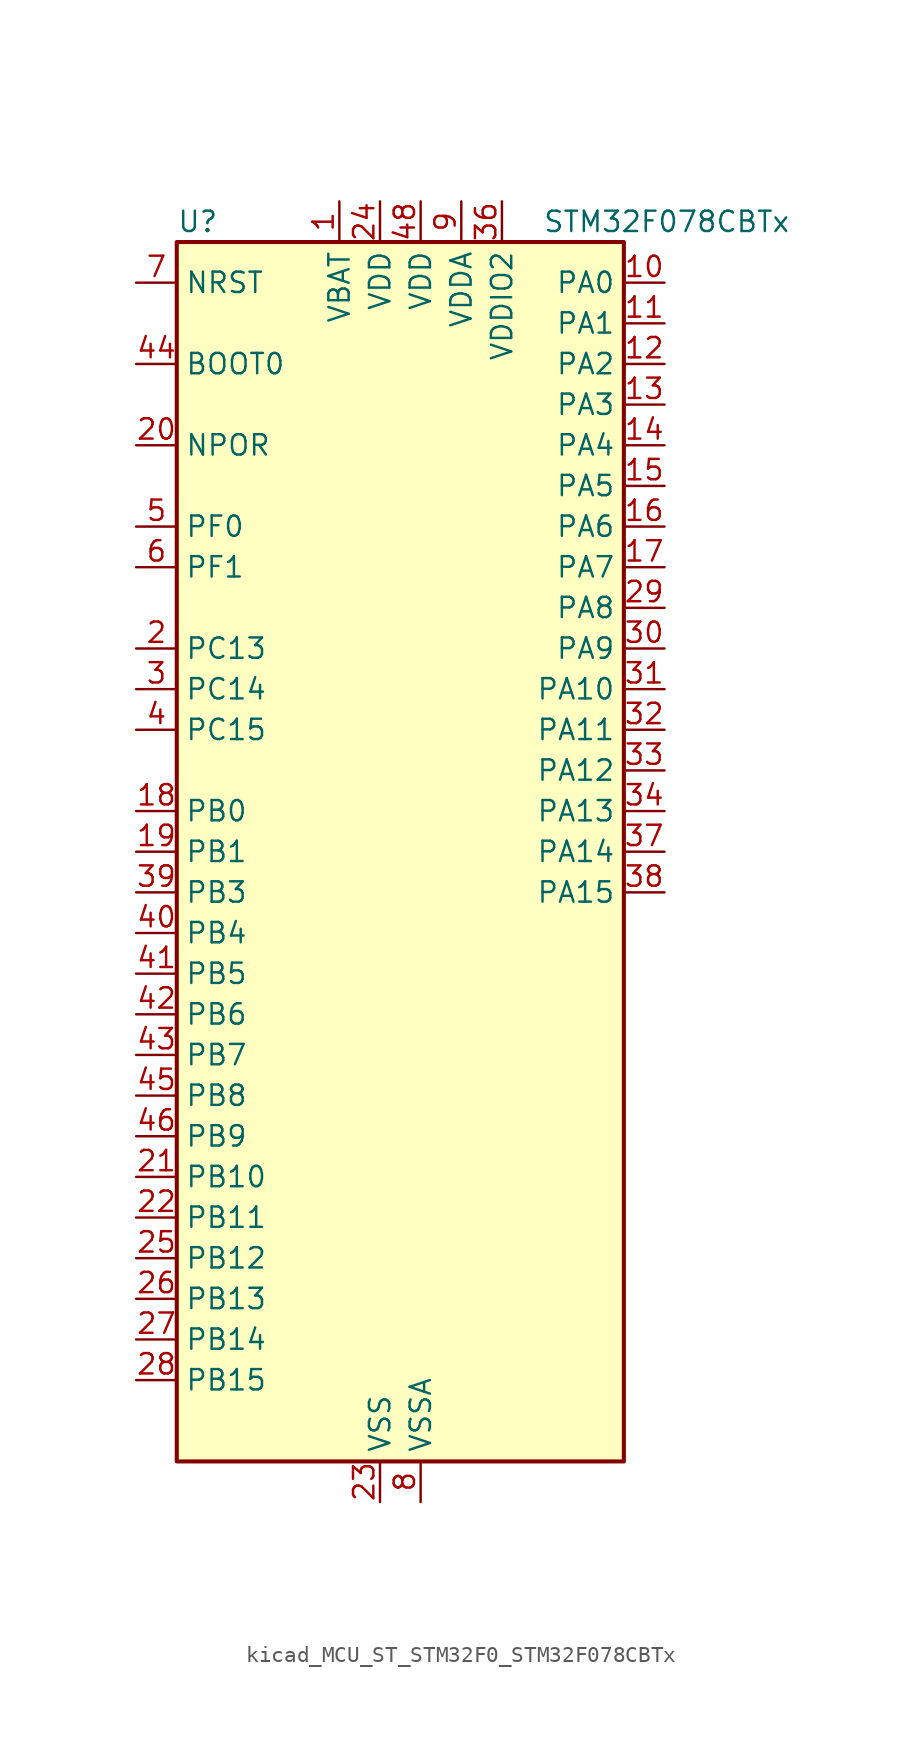
<source format=kicad_sym>
(kicad_symbol_lib
  (version 20220914)
  (generator kicad_symbol_editor)
  (symbol "kicad_MCU_ST_STM32F0_STM32F078CBTx"
    (property "Reference" "U"
      (at -12.7 39.37 0)
      (effects (font (size 1.27 1.27)) (justify left)))
    (property "Value" "STM32F078CBTx"
      (at 10.16 39.37 0)
      (effects (font (size 1.27 1.27)) (justify left)))
    (property "ki_locked" ""
      (at 0 0 0)
      (effects (font (size 1.27 1.27))))
    (symbol "kicad_MCU_ST_STM32F0_STM32F078CBTx_0_1"
      (rectangle (start -12.7 -38.1) (end 15.24 38.1) (stroke (width 0.254) (type default)) (fill (type background))))
    (symbol "kicad_MCU_ST_STM32F0_STM32F078CBTx_1_1"
      (pin power_in line (at -2.54 40.64 270) (length 2.54) (name "VBAT" (effects (font (size 1.27 1.27)))) (number "1" (effects (font (size 1.27 1.27)))))
      (pin bidirectional line (at 17.78 35.56 180) (length 2.54) (name "PA0" (effects (font (size 1.27 1.27)))) (number "10" (effects (font (size 1.27 1.27)))) (alternate "ADC_IN0" bidirectional line) (alternate "COMP1_INM" bidirectional line) (alternate "COMP1_OUT" bidirectional line) (alternate "RTC_TAMP2" bidirectional line) (alternate "SYS_WKUP1" bidirectional line) (alternate "TIM2_CH1" bidirectional line) (alternate "TIM2_ETR" bidirectional line) (alternate "TSC_G1_IO1" bidirectional line) (alternate "USART2_CTS" bidirectional line) (alternate "USART4_TX" bidirectional line))
      (pin bidirectional line (at 17.78 33.02 180) (length 2.54) (name "PA1" (effects (font (size 1.27 1.27)))) (number "11" (effects (font (size 1.27 1.27)))) (alternate "ADC_IN1" bidirectional line) (alternate "COMP1_INP" bidirectional line) (alternate "TIM15_CH1N" bidirectional line) (alternate "TIM2_CH2" bidirectional line) (alternate "TSC_G1_IO2" bidirectional line) (alternate "USART2_DE" bidirectional line) (alternate "USART2_RTS" bidirectional line) (alternate "USART4_RX" bidirectional line))
      (pin bidirectional line (at 17.78 30.48 180) (length 2.54) (name "PA2" (effects (font (size 1.27 1.27)))) (number "12" (effects (font (size 1.27 1.27)))) (alternate "ADC_IN2" bidirectional line) (alternate "COMP2_INM" bidirectional line) (alternate "COMP2_OUT" bidirectional line) (alternate "SYS_WKUP4" bidirectional line) (alternate "TIM15_CH1" bidirectional line) (alternate "TIM2_CH3" bidirectional line) (alternate "TSC_G1_IO3" bidirectional line) (alternate "USART2_TX" bidirectional line))
      (pin bidirectional line (at 17.78 27.94 180) (length 2.54) (name "PA3" (effects (font (size 1.27 1.27)))) (number "13" (effects (font (size 1.27 1.27)))) (alternate "ADC_IN3" bidirectional line) (alternate "COMP2_INP" bidirectional line) (alternate "TIM15_CH2" bidirectional line) (alternate "TIM2_CH4" bidirectional line) (alternate "TSC_G1_IO4" bidirectional line) (alternate "USART2_RX" bidirectional line))
      (pin bidirectional line (at 17.78 25.4 180) (length 2.54) (name "PA4" (effects (font (size 1.27 1.27)))) (number "14" (effects (font (size 1.27 1.27)))) (alternate "ADC_IN4" bidirectional line) (alternate "COMP1_INM" bidirectional line) (alternate "COMP2_INM" bidirectional line) (alternate "DAC_OUT1" bidirectional line) (alternate "I2S1_WS" bidirectional line) (alternate "SPI1_NSS" bidirectional line) (alternate "TIM14_CH1" bidirectional line) (alternate "TSC_G2_IO1" bidirectional line) (alternate "USART2_CK" bidirectional line))
      (pin bidirectional line (at 17.78 22.86 180) (length 2.54) (name "PA5" (effects (font (size 1.27 1.27)))) (number "15" (effects (font (size 1.27 1.27)))) (alternate "ADC_IN5" bidirectional line) (alternate "CEC" bidirectional line) (alternate "COMP1_INM" bidirectional line) (alternate "COMP2_INM" bidirectional line) (alternate "DAC_OUT2" bidirectional line) (alternate "I2S1_CK" bidirectional line) (alternate "SPI1_SCK" bidirectional line) (alternate "TIM2_CH1" bidirectional line) (alternate "TIM2_ETR" bidirectional line) (alternate "TSC_G2_IO2" bidirectional line))
      (pin bidirectional line (at 17.78 20.32 180) (length 2.54) (name "PA6" (effects (font (size 1.27 1.27)))) (number "16" (effects (font (size 1.27 1.27)))) (alternate "ADC_IN6" bidirectional line) (alternate "COMP1_OUT" bidirectional line) (alternate "I2S1_MCK" bidirectional line) (alternate "SPI1_MISO" bidirectional line) (alternate "TIM16_CH1" bidirectional line) (alternate "TIM1_BKIN" bidirectional line) (alternate "TIM3_CH1" bidirectional line) (alternate "TSC_G2_IO3" bidirectional line) (alternate "USART3_CTS" bidirectional line))
      (pin bidirectional line (at 17.78 17.78 180) (length 2.54) (name "PA7" (effects (font (size 1.27 1.27)))) (number "17" (effects (font (size 1.27 1.27)))) (alternate "ADC_IN7" bidirectional line) (alternate "COMP2_OUT" bidirectional line) (alternate "I2S1_SD" bidirectional line) (alternate "SPI1_MOSI" bidirectional line) (alternate "TIM14_CH1" bidirectional line) (alternate "TIM17_CH1" bidirectional line) (alternate "TIM1_CH1N" bidirectional line) (alternate "TIM3_CH2" bidirectional line) (alternate "TSC_G2_IO4" bidirectional line))
      (pin bidirectional line (at -15.24 2.54 0) (length 2.54) (name "PB0" (effects (font (size 1.27 1.27)))) (number "18" (effects (font (size 1.27 1.27)))) (alternate "ADC_IN8" bidirectional line) (alternate "TIM1_CH2N" bidirectional line) (alternate "TIM3_CH3" bidirectional line) (alternate "TSC_G3_IO2" bidirectional line) (alternate "USART3_CK" bidirectional line))
      (pin bidirectional line (at -15.24 0 0) (length 2.54) (name "PB1" (effects (font (size 1.27 1.27)))) (number "19" (effects (font (size 1.27 1.27)))) (alternate "ADC_IN9" bidirectional line) (alternate "TIM14_CH1" bidirectional line) (alternate "TIM1_CH3N" bidirectional line) (alternate "TIM3_CH4" bidirectional line) (alternate "TSC_G3_IO3" bidirectional line) (alternate "USART3_DE" bidirectional line) (alternate "USART3_RTS" bidirectional line))
      (pin bidirectional line (at -15.24 12.7 0) (length 2.54) (name "PC13" (effects (font (size 1.27 1.27)))) (number "2" (effects (font (size 1.27 1.27)))) (alternate "RTC_OUT_ALARM" bidirectional line) (alternate "RTC_OUT_CALIB" bidirectional line) (alternate "RTC_TAMP1" bidirectional line) (alternate "RTC_TS" bidirectional line) (alternate "SYS_WKUP2" bidirectional line))
      (pin input line (at -15.24 25.4 0) (length 2.54) (name "NPOR" (effects (font (size 1.27 1.27)))) (number "20" (effects (font (size 1.27 1.27)))))
      (pin bidirectional line (at -15.24 -20.32 0) (length 2.54) (name "PB10" (effects (font (size 1.27 1.27)))) (number "21" (effects (font (size 1.27 1.27)))) (alternate "CEC" bidirectional line) (alternate "I2C2_SCL" bidirectional line) (alternate "I2S2_CK" bidirectional line) (alternate "SPI2_SCK" bidirectional line) (alternate "TIM2_CH3" bidirectional line) (alternate "TSC_SYNC" bidirectional line) (alternate "USART3_TX" bidirectional line))
      (pin bidirectional line (at -15.24 -22.86 0) (length 2.54) (name "PB11" (effects (font (size 1.27 1.27)))) (number "22" (effects (font (size 1.27 1.27)))) (alternate "I2C2_SDA" bidirectional line) (alternate "TIM2_CH4" bidirectional line) (alternate "TSC_G6_IO1" bidirectional line) (alternate "USART3_RX" bidirectional line))
      (pin power_in line (at 0 -40.64 90) (length 2.54) (name "VSS" (effects (font (size 1.27 1.27)))) (number "23" (effects (font (size 1.27 1.27)))))
      (pin power_in line (at 0 40.64 270) (length 2.54) (name "VDD" (effects (font (size 1.27 1.27)))) (number "24" (effects (font (size 1.27 1.27)))))
      (pin bidirectional line (at -15.24 -25.4 0) (length 2.54) (name "PB12" (effects (font (size 1.27 1.27)))) (number "25" (effects (font (size 1.27 1.27)))) (alternate "I2S2_WS" bidirectional line) (alternate "SPI2_NSS" bidirectional line) (alternate "TIM15_BKIN" bidirectional line) (alternate "TIM1_BKIN" bidirectional line) (alternate "TSC_G6_IO2" bidirectional line) (alternate "USART3_CK" bidirectional line))
      (pin bidirectional line (at -15.24 -27.94 0) (length 2.54) (name "PB13" (effects (font (size 1.27 1.27)))) (number "26" (effects (font (size 1.27 1.27)))) (alternate "I2C2_SCL" bidirectional line) (alternate "I2S2_CK" bidirectional line) (alternate "SPI2_SCK" bidirectional line) (alternate "TIM1_CH1N" bidirectional line) (alternate "TSC_G6_IO3" bidirectional line) (alternate "USART3_CTS" bidirectional line))
      (pin bidirectional line (at -15.24 -30.48 0) (length 2.54) (name "PB14" (effects (font (size 1.27 1.27)))) (number "27" (effects (font (size 1.27 1.27)))) (alternate "I2C2_SDA" bidirectional line) (alternate "I2S2_MCK" bidirectional line) (alternate "SPI2_MISO" bidirectional line) (alternate "TIM15_CH1" bidirectional line) (alternate "TIM1_CH2N" bidirectional line) (alternate "TSC_G6_IO4" bidirectional line) (alternate "USART3_DE" bidirectional line) (alternate "USART3_RTS" bidirectional line))
      (pin bidirectional line (at -15.24 -33.02 0) (length 2.54) (name "PB15" (effects (font (size 1.27 1.27)))) (number "28" (effects (font (size 1.27 1.27)))) (alternate "I2S2_SD" bidirectional line) (alternate "RTC_REFIN" bidirectional line) (alternate "SPI2_MOSI" bidirectional line) (alternate "SYS_WKUP7" bidirectional line) (alternate "TIM15_CH1N" bidirectional line) (alternate "TIM15_CH2" bidirectional line) (alternate "TIM1_CH3N" bidirectional line))
      (pin bidirectional line (at 17.78 15.24 180) (length 2.54) (name "PA8" (effects (font (size 1.27 1.27)))) (number "29" (effects (font (size 1.27 1.27)))) (alternate "CRS_SYNC" bidirectional line) (alternate "RCC_MCO" bidirectional line) (alternate "TIM1_CH1" bidirectional line) (alternate "USART1_CK" bidirectional line))
      (pin bidirectional line (at -15.24 10.16 0) (length 2.54) (name "PC14" (effects (font (size 1.27 1.27)))) (number "3" (effects (font (size 1.27 1.27)))) (alternate "RCC_OSC32_IN" bidirectional line))
      (pin bidirectional line (at 17.78 12.7 180) (length 2.54) (name "PA9" (effects (font (size 1.27 1.27)))) (number "30" (effects (font (size 1.27 1.27)))) (alternate "DAC_EXTI9" bidirectional line) (alternate "TIM15_BKIN" bidirectional line) (alternate "TIM1_CH2" bidirectional line) (alternate "TSC_G4_IO1" bidirectional line) (alternate "USART1_TX" bidirectional line))
      (pin bidirectional line (at 17.78 10.16 180) (length 2.54) (name "PA10" (effects (font (size 1.27 1.27)))) (number "31" (effects (font (size 1.27 1.27)))) (alternate "TIM17_BKIN" bidirectional line) (alternate "TIM1_CH3" bidirectional line) (alternate "TSC_G4_IO2" bidirectional line) (alternate "USART1_RX" bidirectional line))
      (pin bidirectional line (at 17.78 7.62 180) (length 2.54) (name "PA11" (effects (font (size 1.27 1.27)))) (number "32" (effects (font (size 1.27 1.27)))) (alternate "COMP1_OUT" bidirectional line) (alternate "TIM1_CH4" bidirectional line) (alternate "TSC_G4_IO3" bidirectional line) (alternate "USART1_CTS" bidirectional line) (alternate "USB_DM" bidirectional line))
      (pin bidirectional line (at 17.78 5.08 180) (length 2.54) (name "PA12" (effects (font (size 1.27 1.27)))) (number "33" (effects (font (size 1.27 1.27)))) (alternate "COMP2_OUT" bidirectional line) (alternate "TIM1_ETR" bidirectional line) (alternate "TSC_G4_IO4" bidirectional line) (alternate "USART1_DE" bidirectional line) (alternate "USART1_RTS" bidirectional line) (alternate "USB_DP" bidirectional line))
      (pin bidirectional line (at 17.78 2.54 180) (length 2.54) (name "PA13" (effects (font (size 1.27 1.27)))) (number "34" (effects (font (size 1.27 1.27)))) (alternate "IR_OUT" bidirectional line) (alternate "SYS_SWDIO" bidirectional line) (alternate "USB_NOE" bidirectional line))
      (pin passive line (at 0 -40.64 90) (length 2.54) hide (name "VSS" (effects (font (size 1.27 1.27)))) (number "35" (effects (font (size 1.27 1.27)))))
      (pin power_in line (at 7.62 40.64 270) (length 2.54) (name "VDDIO2" (effects (font (size 1.27 1.27)))) (number "36" (effects (font (size 1.27 1.27)))))
      (pin bidirectional line (at 17.78 0 180) (length 2.54) (name "PA14" (effects (font (size 1.27 1.27)))) (number "37" (effects (font (size 1.27 1.27)))) (alternate "SYS_SWCLK" bidirectional line) (alternate "USART2_TX" bidirectional line))
      (pin bidirectional line (at 17.78 -2.54 180) (length 2.54) (name "PA15" (effects (font (size 1.27 1.27)))) (number "38" (effects (font (size 1.27 1.27)))) (alternate "I2S1_WS" bidirectional line) (alternate "SPI1_NSS" bidirectional line) (alternate "TIM2_CH1" bidirectional line) (alternate "TIM2_ETR" bidirectional line) (alternate "USART2_RX" bidirectional line) (alternate "USART4_DE" bidirectional line) (alternate "USART4_RTS" bidirectional line))
      (pin bidirectional line (at -15.24 -2.54 0) (length 2.54) (name "PB3" (effects (font (size 1.27 1.27)))) (number "39" (effects (font (size 1.27 1.27)))) (alternate "I2S1_CK" bidirectional line) (alternate "SPI1_SCK" bidirectional line) (alternate "TIM2_CH2" bidirectional line) (alternate "TSC_G5_IO1" bidirectional line))
      (pin bidirectional line (at -15.24 7.62 0) (length 2.54) (name "PC15" (effects (font (size 1.27 1.27)))) (number "4" (effects (font (size 1.27 1.27)))) (alternate "RCC_OSC32_OUT" bidirectional line))
      (pin bidirectional line (at -15.24 -5.08 0) (length 2.54) (name "PB4" (effects (font (size 1.27 1.27)))) (number "40" (effects (font (size 1.27 1.27)))) (alternate "I2S1_MCK" bidirectional line) (alternate "SPI1_MISO" bidirectional line) (alternate "TIM17_BKIN" bidirectional line) (alternate "TIM3_CH1" bidirectional line) (alternate "TSC_G5_IO2" bidirectional line))
      (pin bidirectional line (at -15.24 -7.62 0) (length 2.54) (name "PB5" (effects (font (size 1.27 1.27)))) (number "41" (effects (font (size 1.27 1.27)))) (alternate "I2C1_SMBA" bidirectional line) (alternate "I2S1_SD" bidirectional line) (alternate "SPI1_MOSI" bidirectional line) (alternate "SYS_WKUP6" bidirectional line) (alternate "TIM16_BKIN" bidirectional line) (alternate "TIM3_CH2" bidirectional line))
      (pin bidirectional line (at -15.24 -10.16 0) (length 2.54) (name "PB6" (effects (font (size 1.27 1.27)))) (number "42" (effects (font (size 1.27 1.27)))) (alternate "I2C1_SCL" bidirectional line) (alternate "TIM16_CH1N" bidirectional line) (alternate "TSC_G5_IO3" bidirectional line) (alternate "USART1_TX" bidirectional line))
      (pin bidirectional line (at -15.24 -12.7 0) (length 2.54) (name "PB7" (effects (font (size 1.27 1.27)))) (number "43" (effects (font (size 1.27 1.27)))) (alternate "I2C1_SDA" bidirectional line) (alternate "TIM17_CH1N" bidirectional line) (alternate "TSC_G5_IO4" bidirectional line) (alternate "USART1_RX" bidirectional line) (alternate "USART4_CTS" bidirectional line))
      (pin input line (at -15.24 30.48 0) (length 2.54) (name "BOOT0" (effects (font (size 1.27 1.27)))) (number "44" (effects (font (size 1.27 1.27)))))
      (pin bidirectional line (at -15.24 -15.24 0) (length 2.54) (name "PB8" (effects (font (size 1.27 1.27)))) (number "45" (effects (font (size 1.27 1.27)))) (alternate "CEC" bidirectional line) (alternate "I2C1_SCL" bidirectional line) (alternate "TIM16_CH1" bidirectional line) (alternate "TSC_SYNC" bidirectional line))
      (pin bidirectional line (at -15.24 -17.78 0) (length 2.54) (name "PB9" (effects (font (size 1.27 1.27)))) (number "46" (effects (font (size 1.27 1.27)))) (alternate "DAC_EXTI9" bidirectional line) (alternate "I2C1_SDA" bidirectional line) (alternate "I2S2_WS" bidirectional line) (alternate "IR_OUT" bidirectional line) (alternate "SPI2_NSS" bidirectional line) (alternate "TIM17_CH1" bidirectional line))
      (pin passive line (at 0 -40.64 90) (length 2.54) hide (name "VSS" (effects (font (size 1.27 1.27)))) (number "47" (effects (font (size 1.27 1.27)))))
      (pin power_in line (at 2.54 40.64 270) (length 2.54) (name "VDD" (effects (font (size 1.27 1.27)))) (number "48" (effects (font (size 1.27 1.27)))))
      (pin bidirectional line (at -15.24 20.32 0) (length 2.54) (name "PF0" (effects (font (size 1.27 1.27)))) (number "5" (effects (font (size 1.27 1.27)))) (alternate "CRS_SYNC" bidirectional line) (alternate "RCC_OSC_IN" bidirectional line))
      (pin bidirectional line (at -15.24 17.78 0) (length 2.54) (name "PF1" (effects (font (size 1.27 1.27)))) (number "6" (effects (font (size 1.27 1.27)))) (alternate "RCC_OSC_OUT" bidirectional line))
      (pin input line (at -15.24 35.56 0) (length 2.54) (name "NRST" (effects (font (size 1.27 1.27)))) (number "7" (effects (font (size 1.27 1.27)))))
      (pin power_in line (at 2.54 -40.64 90) (length 2.54) (name "VSSA" (effects (font (size 1.27 1.27)))) (number "8" (effects (font (size 1.27 1.27)))))
      (pin power_in line (at 5.08 40.64 270) (length 2.54) (name "VDDA" (effects (font (size 1.27 1.27)))) (number "9" (effects (font (size 1.27 1.27))))))))
</source>
